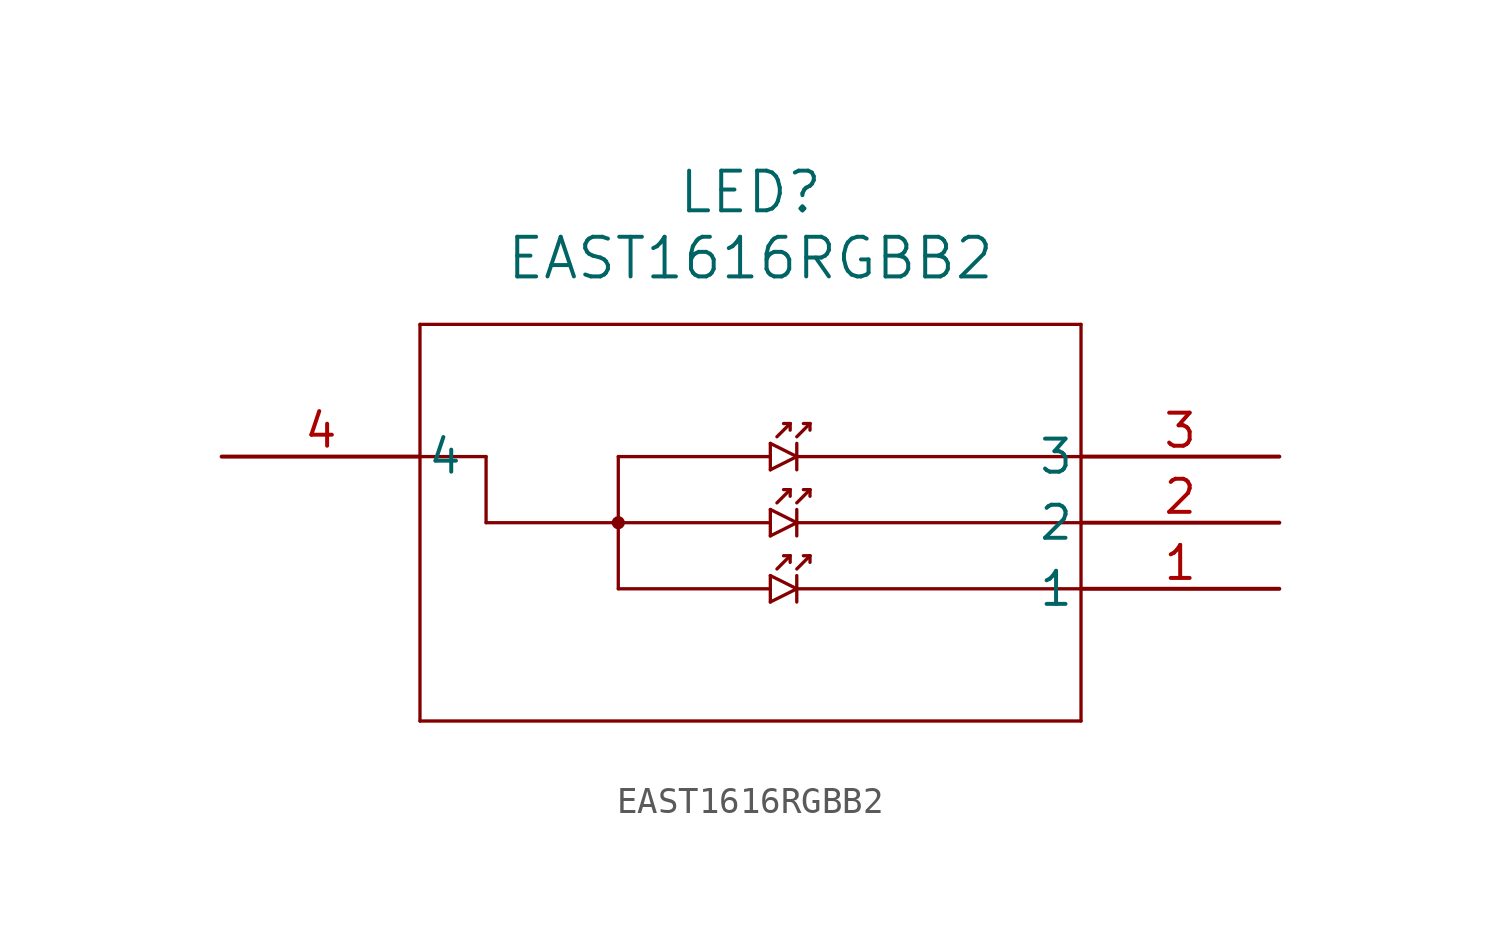
<source format=kicad_sym>
(kicad_symbol_lib
  (version 20211014)
  (generator kicad_symbol_editor)
  (symbol "EAST1616RGBB2"
    (pin_names
      (offset 0.254))
    (property "Reference" "LED"
      (at 20.32 10.16 0)
      (effects (font (size 1.524 1.524))))
    (property "Value" "EAST1616RGBB2"
      (at 20.32 7.62 0)
      (effects (font (size 1.524 1.524))))
    (symbol "EAST1616RGBB2_0_1"
      (polyline (pts (xy 7.62 5.08) (xy 7.62 -10.16)) (stroke (width 0.127) (type default) (color 0 0 0 0)) (fill (type none)))
      (polyline (pts (xy 7.62 -10.16) (xy 33.02 -10.16)) (stroke (width 0.127) (type default) (color 0 0 0 0)) (fill (type none)))
      (polyline (pts (xy 33.02 -10.16) (xy 33.02 5.08)) (stroke (width 0.127) (type default) (color 0 0 0 0)) (fill (type none)))
      (polyline (pts (xy 33.02 5.08) (xy 7.62 5.08)) (stroke (width 0.127) (type default) (color 0 0 0 0)) (fill (type none)))
      (polyline (pts (xy 7.62 0) (xy 10.16 0)) (stroke (width 0.127) (type default) (color 0 0 0 0)) (fill (type none)))
      (polyline (pts (xy 10.16 0) (xy 10.16 -2.54)) (stroke (width 0.127) (type default) (color 0 0 0 0)) (fill (type none)))
      (polyline (pts (xy 10.16 -2.54) (xy 21.082 -2.54)) (stroke (width 0.127) (type default) (color 0 0 0 0)) (fill (type none)))
      (polyline (pts (xy 15.24 0) (xy 15.24 -5.08)) (stroke (width 0.127) (type default) (color 0 0 0 0)) (fill (type none)))
      (polyline (pts (xy 15.24 -5.08) (xy 21.082 -5.08)) (stroke (width 0.127) (type default) (color 0 0 0 0)) (fill (type none)))
      (polyline (pts (xy 22.098 -5.08) (xy 33.02 -5.08)) (stroke (width 0.127) (type default) (color 0 0 0 0)) (fill (type none)))
      (polyline (pts (xy 15.24 0) (xy 21.082 0)) (stroke (width 0.127) (type default) (color 0 0 0 0)) (fill (type none)))
      (polyline (pts (xy 22.098 0) (xy 33.02 0)) (stroke (width 0.127) (type default) (color 0 0 0 0)) (fill (type none)))
      (polyline (pts (xy 22.098 -2.54) (xy 33.02 -2.54)) (stroke (width 0.127) (type default) (color 0 0 0 0)) (fill (type none)))
      (circle (center 15.24 -2.54) (radius 0.127) (stroke (width 0.254) (type default) (color 0 0 0 0)) (fill (type none)))
      (polyline (pts (xy 21.082 0.508) (xy 21.082 -0.508)) (stroke (width 0.127) (type default) (color 0 0 0 0)) (fill (type none)))
      (polyline (pts (xy 22.098 0) (xy 21.082 -0.508)) (stroke (width 0.127) (type default) (color 0 0 0 0)) (fill (type none)))
      (polyline (pts (xy 21.082 0.508) (xy 22.098 0)) (stroke (width 0.127) (type default) (color 0 0 0 0)) (fill (type none)))
      (polyline (pts (xy 22.098 0.508) (xy 22.098 -0.508)) (stroke (width 0.127) (type default) (color 0 0 0 0)) (fill (type none)))
      (polyline (pts (xy 21.336 0.762) (xy 21.844 1.27)) (stroke (width 0.127) (type default) (color 0 0 0 0)) (fill (type none)))
      (polyline (pts (xy 21.844 1.27) (xy 21.59 1.27)) (stroke (width 0.127) (type default) (color 0 0 0 0)) (fill (type none)))
      (polyline (pts (xy 21.844 1.27) (xy 21.844 1.016)) (stroke (width 0.127) (type default) (color 0 0 0 0)) (fill (type none)))
      (polyline (pts (xy 22.098 0.762) (xy 22.606 1.27)) (stroke (width 0.127) (type default) (color 0 0 0 0)) (fill (type none)))
      (polyline (pts (xy 22.352 1.27) (xy 22.606 1.27)) (stroke (width 0.127) (type default) (color 0 0 0 0)) (fill (type none)))
      (polyline (pts (xy 22.606 1.27) (xy 22.606 1.016)) (stroke (width 0.127) (type default) (color 0 0 0 0)) (fill (type none)))
      (polyline (pts (xy 21.082 -2.032) (xy 21.082 -3.048)) (stroke (width 0.127) (type default) (color 0 0 0 0)) (fill (type none)))
      (polyline (pts (xy 22.098 -2.54) (xy 21.082 -3.048)) (stroke (width 0.127) (type default) (color 0 0 0 0)) (fill (type none)))
      (polyline (pts (xy 21.082 -2.032) (xy 22.098 -2.54)) (stroke (width 0.127) (type default) (color 0 0 0 0)) (fill (type none)))
      (polyline (pts (xy 22.098 -2.032) (xy 22.098 -3.048)) (stroke (width 0.127) (type default) (color 0 0 0 0)) (fill (type none)))
      (polyline (pts (xy 21.336 -1.778) (xy 21.844 -1.27)) (stroke (width 0.127) (type default) (color 0 0 0 0)) (fill (type none)))
      (polyline (pts (xy 21.844 -1.27) (xy 21.59 -1.27)) (stroke (width 0.127) (type default) (color 0 0 0 0)) (fill (type none)))
      (polyline (pts (xy 21.844 -1.27) (xy 21.844 -1.524)) (stroke (width 0.127) (type default) (color 0 0 0 0)) (fill (type none)))
      (polyline (pts (xy 22.098 -1.778) (xy 22.606 -1.27)) (stroke (width 0.127) (type default) (color 0 0 0 0)) (fill (type none)))
      (polyline (pts (xy 22.352 -1.27) (xy 22.606 -1.27)) (stroke (width 0.127) (type default) (color 0 0 0 0)) (fill (type none)))
      (polyline (pts (xy 22.606 -1.27) (xy 22.606 -1.524)) (stroke (width 0.127) (type default) (color 0 0 0 0)) (fill (type none)))
      (polyline (pts (xy 21.082 -4.572) (xy 21.082 -5.588)) (stroke (width 0.127) (type default) (color 0 0 0 0)) (fill (type none)))
      (polyline (pts (xy 22.098 -5.08) (xy 21.082 -5.588)) (stroke (width 0.127) (type default) (color 0 0 0 0)) (fill (type none)))
      (polyline (pts (xy 21.082 -4.572) (xy 22.098 -5.08)) (stroke (width 0.127) (type default) (color 0 0 0 0)) (fill (type none)))
      (polyline (pts (xy 22.098 -4.572) (xy 22.098 -5.588)) (stroke (width 0.127) (type default) (color 0 0 0 0)) (fill (type none)))
      (polyline (pts (xy 21.336 -4.318) (xy 21.844 -3.81)) (stroke (width 0.127) (type default) (color 0 0 0 0)) (fill (type none)))
      (polyline (pts (xy 21.844 -3.81) (xy 21.59 -3.81)) (stroke (width 0.127) (type default) (color 0 0 0 0)) (fill (type none)))
      (polyline (pts (xy 21.844 -3.81) (xy 21.844 -4.064)) (stroke (width 0.127) (type default) (color 0 0 0 0)) (fill (type none)))
      (polyline (pts (xy 22.098 -4.318) (xy 22.606 -3.81)) (stroke (width 0.127) (type default) (color 0 0 0 0)) (fill (type none)))
      (polyline (pts (xy 22.352 -3.81) (xy 22.606 -3.81)) (stroke (width 0.127) (type default) (color 0 0 0 0)) (fill (type none)))
      (polyline (pts (xy 22.606 -3.81) (xy 22.606 -4.064)) (stroke (width 0.127) (type default) (color 0 0 0 0)) (fill (type none)))
      (pin unspecified line (at 40.64 -5.08 180) (length 7.62) (name "1" (effects (font (size 1.27 1.27)))) (number "1" (effects (font (size 1.27 1.27)))))
      (pin unspecified line (at 40.64 -2.54 180) (length 7.62) (name "2" (effects (font (size 1.27 1.27)))) (number "2" (effects (font (size 1.27 1.27)))))
      (pin unspecified line (at 40.64 0 180) (length 7.62) (name "3" (effects (font (size 1.27 1.27)))) (number "3" (effects (font (size 1.27 1.27)))))
      (pin unspecified line (at 0 0 0) (length 7.62) (name "4" (effects (font (size 1.27 1.27)))) (number "4" (effects (font (size 1.27 1.27))))))))
</source>
